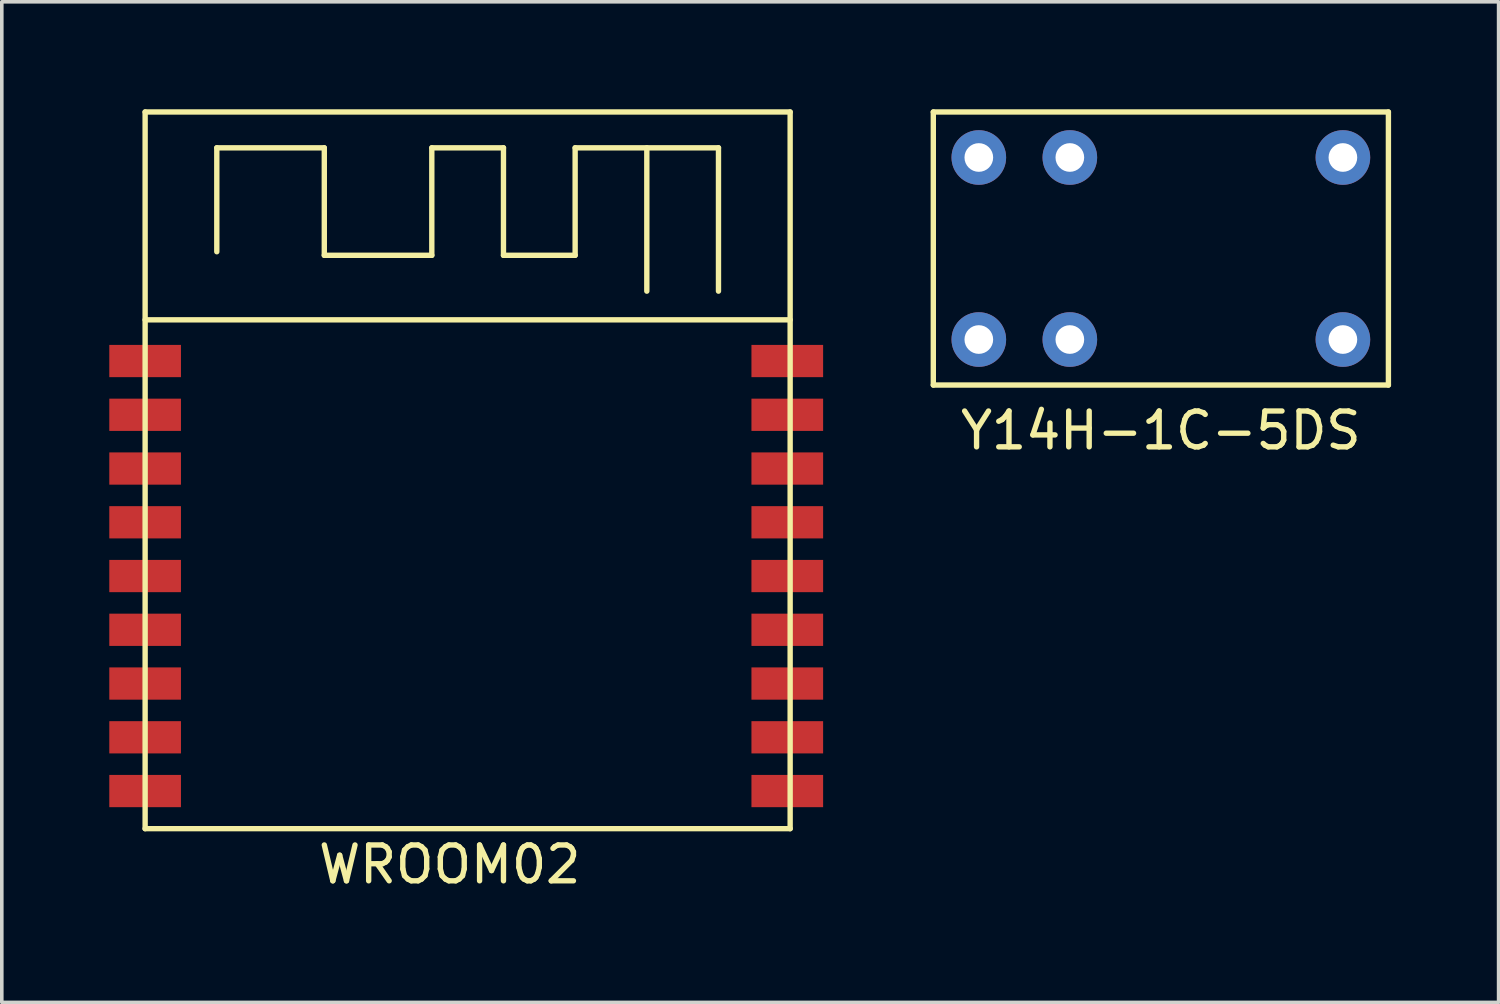
<source format=kicad_pcb>
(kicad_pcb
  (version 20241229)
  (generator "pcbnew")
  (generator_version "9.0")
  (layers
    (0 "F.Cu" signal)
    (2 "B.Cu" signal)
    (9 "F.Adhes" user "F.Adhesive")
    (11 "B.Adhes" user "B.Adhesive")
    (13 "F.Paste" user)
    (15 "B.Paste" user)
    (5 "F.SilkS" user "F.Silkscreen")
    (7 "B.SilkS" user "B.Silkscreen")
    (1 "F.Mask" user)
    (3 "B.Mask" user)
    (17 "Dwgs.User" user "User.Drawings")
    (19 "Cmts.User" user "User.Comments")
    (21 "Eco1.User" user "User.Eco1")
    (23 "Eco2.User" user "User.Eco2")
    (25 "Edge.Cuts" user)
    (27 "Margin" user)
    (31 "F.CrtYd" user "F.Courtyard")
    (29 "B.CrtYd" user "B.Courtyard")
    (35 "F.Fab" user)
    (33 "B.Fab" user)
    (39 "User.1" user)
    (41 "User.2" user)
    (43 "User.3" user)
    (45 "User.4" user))
  (footprint "WROOM02"
    (layer "F.Cu")
    (at 10 10.075)
    (property "Reference" "WROOM02" (at -0.5 11 0) (layer "F.SilkS") (effects (font (size 1 1) (thickness 0.15))))
    (attr through_hole)
    (fp_line (start -9 -10) (end -9 10) (stroke (width 0.15) (type solid)) (layer "F.SilkS"))
    (fp_line (start -9 -10) (end 9 -10) (stroke (width 0.15) (type solid)) (layer "F.SilkS"))
    (fp_line (start -9 10) (end 9 10) (stroke (width 0.15) (type solid)) (layer "F.SilkS"))
    (fp_line (start -7 -9) (end -4 -9) (stroke (width 0.15) (type solid)) (layer "F.SilkS"))
    (fp_line (start -7 -6.1) (end -7 -9) (stroke (width 0.15) (type solid)) (layer "F.SilkS"))
    (fp_line (start -4 -9) (end -4 -6) (stroke (width 0.15) (type solid)) (layer "F.SilkS"))
    (fp_line (start -4 -6) (end -1 -6) (stroke (width 0.15) (type solid)) (layer "F.SilkS"))
    (fp_line (start -1 -9) (end 1 -9) (stroke (width 0.15) (type solid)) (layer "F.SilkS"))
    (fp_line (start -1 -6) (end -1 -9) (stroke (width 0.15) (type solid)) (layer "F.SilkS"))
    (fp_line (start 1 -9) (end 1 -6) (stroke (width 0.15) (type solid)) (layer "F.SilkS"))
    (fp_line (start 1 -6) (end 3 -6) (stroke (width 0.15) (type solid)) (layer "F.SilkS"))
    (fp_line (start 3 -9) (end 7 -9) (stroke (width 0.15) (type solid)) (layer "F.SilkS"))
    (fp_line (start 3 -6) (end 3 -9) (stroke (width 0.15) (type solid)) (layer "F.SilkS"))
    (fp_line (start 5 -5) (end 5 -9) (stroke (width 0.15) (type solid)) (layer "F.SilkS"))
    (fp_line (start 7 -9) (end 7 -5) (stroke (width 0.15) (type solid)) (layer "F.SilkS"))
    (fp_line (start 9 -10) (end 9 10) (stroke (width 0.15) (type solid)) (layer "F.SilkS"))
    (fp_line (start 9 -4.2) (end -9 -4.2) (stroke (width 0.15) (type solid)) (layer "F.SilkS"))
    (pad "1" smd rect (at -9 -3.05) (size 2 0.9) (layers "F.Cu" "F.Mask" "F.Paste"))
    (pad "2" smd rect (at -9 -1.55) (size 2 0.9) (layers "F.Cu" "F.Mask" "F.Paste"))
    (pad "3" smd rect (at -9 -0.05) (size 2 0.9) (layers "F.Cu" "F.Mask" "F.Paste"))
    (pad "4" smd rect (at -9 1.45) (size 2 0.9) (layers "F.Cu" "F.Mask" "F.Paste"))
    (pad "5" smd rect (at -9 2.95) (size 2 0.9) (layers "F.Cu" "F.Mask" "F.Paste"))
    (pad "6" smd rect (at -9 4.45) (size 2 0.9) (layers "F.Cu" "F.Mask" "F.Paste"))
    (pad "7" smd rect (at -9 5.95) (size 2 0.9) (layers "F.Cu" "F.Mask" "F.Paste"))
    (pad "8" smd rect (at -9 7.45) (size 2 0.9) (layers "F.Cu" "F.Mask" "F.Paste"))
    (pad "9" smd rect (at -9 8.95) (size 2 0.9) (layers "F.Cu" "F.Mask" "F.Paste"))
    (pad "10" smd rect (at 8.92 8.95) (size 2 0.9) (layers "F.Cu" "F.Mask" "F.Paste"))
    (pad "11" smd rect (at 8.92 7.45) (size 2 0.9) (layers "F.Cu" "F.Mask" "F.Paste"))
    (pad "12" smd rect (at 8.92 5.95) (size 2 0.9) (layers "F.Cu" "F.Mask" "F.Paste"))
    (pad "13" smd rect (at 8.92 4.45) (size 2 0.9) (layers "F.Cu" "F.Mask" "F.Paste"))
    (pad "14" smd rect (at 8.92 2.95) (size 2 0.9) (layers "F.Cu" "F.Mask" "F.Paste"))
    (pad "15" smd rect (at 8.92 1.45) (size 2 0.9) (layers "F.Cu" "F.Mask" "F.Paste"))
    (pad "16" smd rect (at 8.92 -0.05) (size 2 0.9) (layers "F.Cu" "F.Mask" "F.Paste"))
    (pad "17" smd rect (at 8.92 -1.55) (size 2 0.9) (layers "F.Cu" "F.Mask" "F.Paste"))
    (pad "18" smd rect (at 8.92 -3.05) (size 2 0.9) (layers "F.Cu" "F.Mask" "F.Paste")))
  (footprint "Y14H-1C-5DS"
    (layer "F.Cu")
    (at 28.075 3.885)
    (property "Reference" "Y14H-1C-5DS" (at 1.27 5.08 0) (layer "F.SilkS") (effects (font (size 1 1) (thickness 0.15))))
    (attr through_hole)
    (fp_line (start -5.08 -3.81) (end -5.08 3.81) (stroke (width 0.15) (type solid)) (layer "F.SilkS"))
    (fp_line (start -5.08 3.81) (end 7.62 3.81) (stroke (width 0.15) (type solid)) (layer "F.SilkS"))
    (fp_line (start 7.62 -3.81) (end -5.08 -3.81) (stroke (width 0.15) (type solid)) (layer "F.SilkS"))
    (fp_line (start 7.62 3.81) (end 7.62 -3.81) (stroke (width 0.15) (type solid)) (layer "F.SilkS"))
    (pad "1" thru_hole circle (at 6.35 -2.54) (size 1.524 1.524) (drill 0.8) (layers "*.Cu" "*.Mask"))
    (pad "1" thru_hole circle (at 6.35 2.54) (size 1.524 1.524) (drill 0.8) (layers "*.Cu" "*.Mask"))
    (pad "2" thru_hole circle (at -1.27 -2.54) (size 1.524 1.524) (drill 0.8) (layers "*.Cu" "*.Mask"))
    (pad "3" thru_hole circle (at -3.81 -2.54) (size 1.524 1.524) (drill 0.8) (layers "*.Cu" "*.Mask"))
    (pad "4" thru_hole circle (at -3.81 2.54) (size 1.524 1.524) (drill 0.8) (layers "*.Cu" "*.Mask"))
    (pad "5" thru_hole circle (at -1.27 2.54) (size 1.524 1.524) (drill 0.8) (layers "*.Cu" "*.Mask")))
  (gr_rect
    (start -3 -3)
    (end 38.77 24.923)
    (stroke (width 0.1) (type default))
    (fill no)
    (layer "Edge.Cuts")))
</source>
